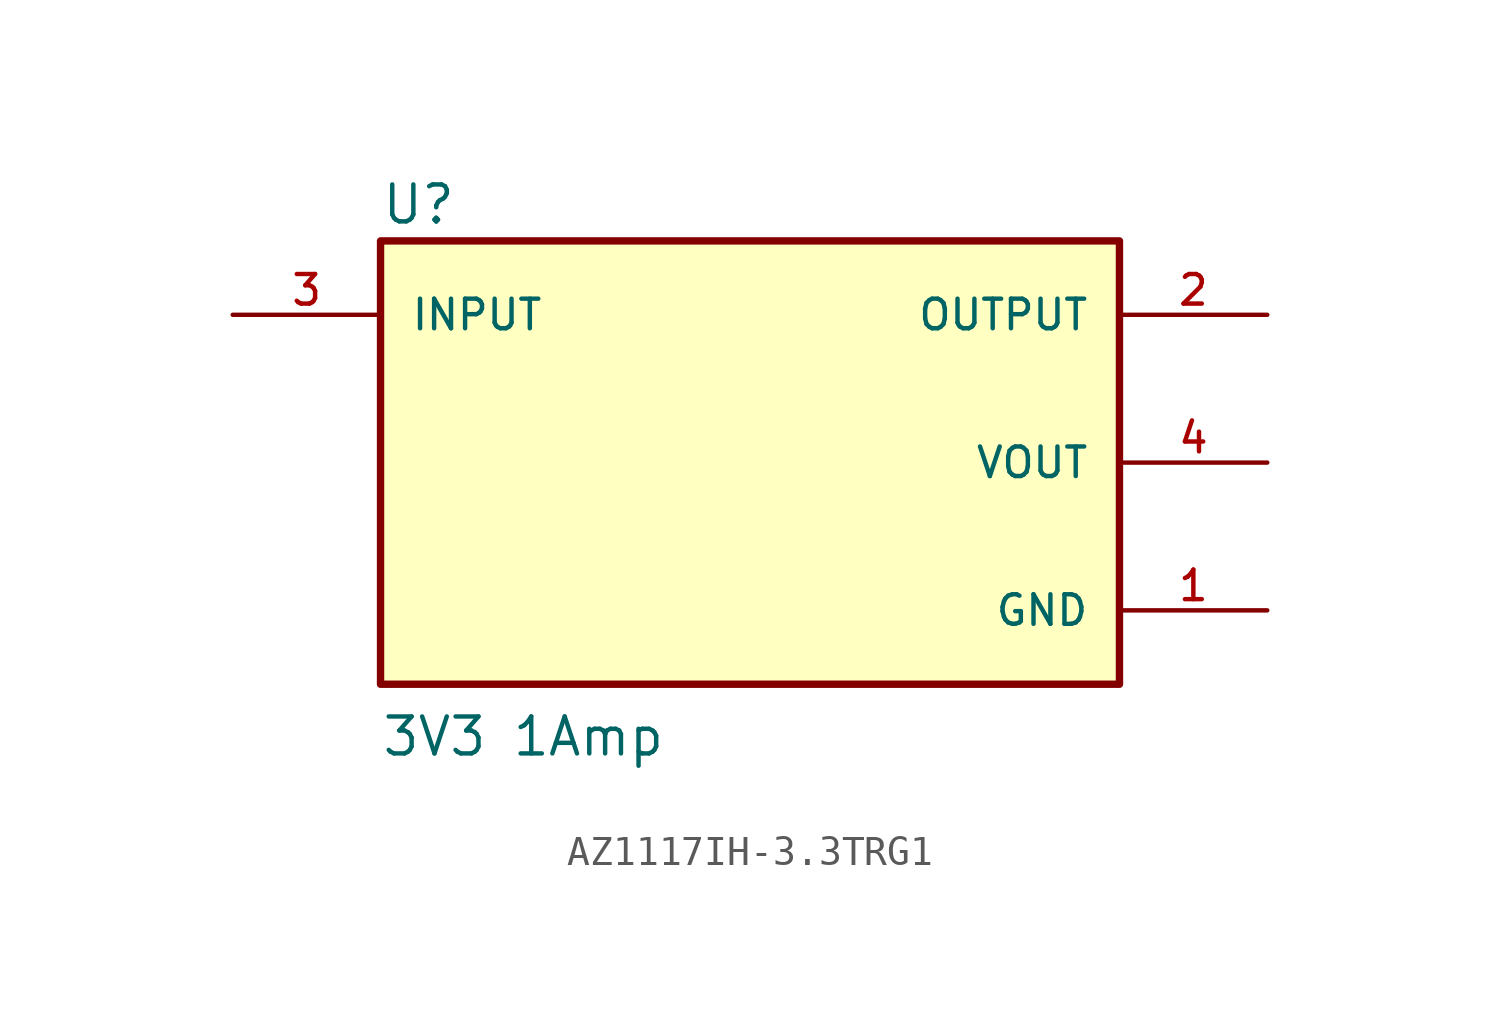
<source format=kicad_sym>
(kicad_symbol_lib
  (version 20211014)
  (generator kicad_symbol_editor)
  (symbol "AZ1117IH-3.3TRG1"
    (pin_names
      (offset 1.016))
    (property "Reference" "U"
      (at -12.7 8.128 0)
      (effects (font (size 1.27 1.27)) (justify bottom left)))
    (property "Value" "3V3 1Amp"
      (at -12.7 -10.16 0)
      (effects (font (size 1.27 1.27)) (justify bottom left)))
    (symbol "AZ1117IH-3.3TRG1_0_0"
      (rectangle (start -12.7 -7.62) (end 12.7 7.62) (stroke (width 0.254)) (fill (type background)))
      (pin power_in line (at 17.78 -5.08 180.0) (length 5.08) (name "GND" (effects (font (size 1.016 1.016)))) (number "1" (effects (font (size 1.016 1.016)))))
      (pin output line (at 17.78 5.08 180.0) (length 5.08) (name "OUTPUT" (effects (font (size 1.016 1.016)))) (number "2" (effects (font (size 1.016 1.016)))))
      (pin input line (at -17.78 5.08 0) (length 5.08) (name "INPUT" (effects (font (size 1.016 1.016)))) (number "3" (effects (font (size 1.016 1.016)))))
      (pin output line (at 17.78 0.0 180.0) (length 5.08) (name "VOUT" (effects (font (size 1.016 1.016)))) (number "4" (effects (font (size 1.016 1.016))))))))
</source>
